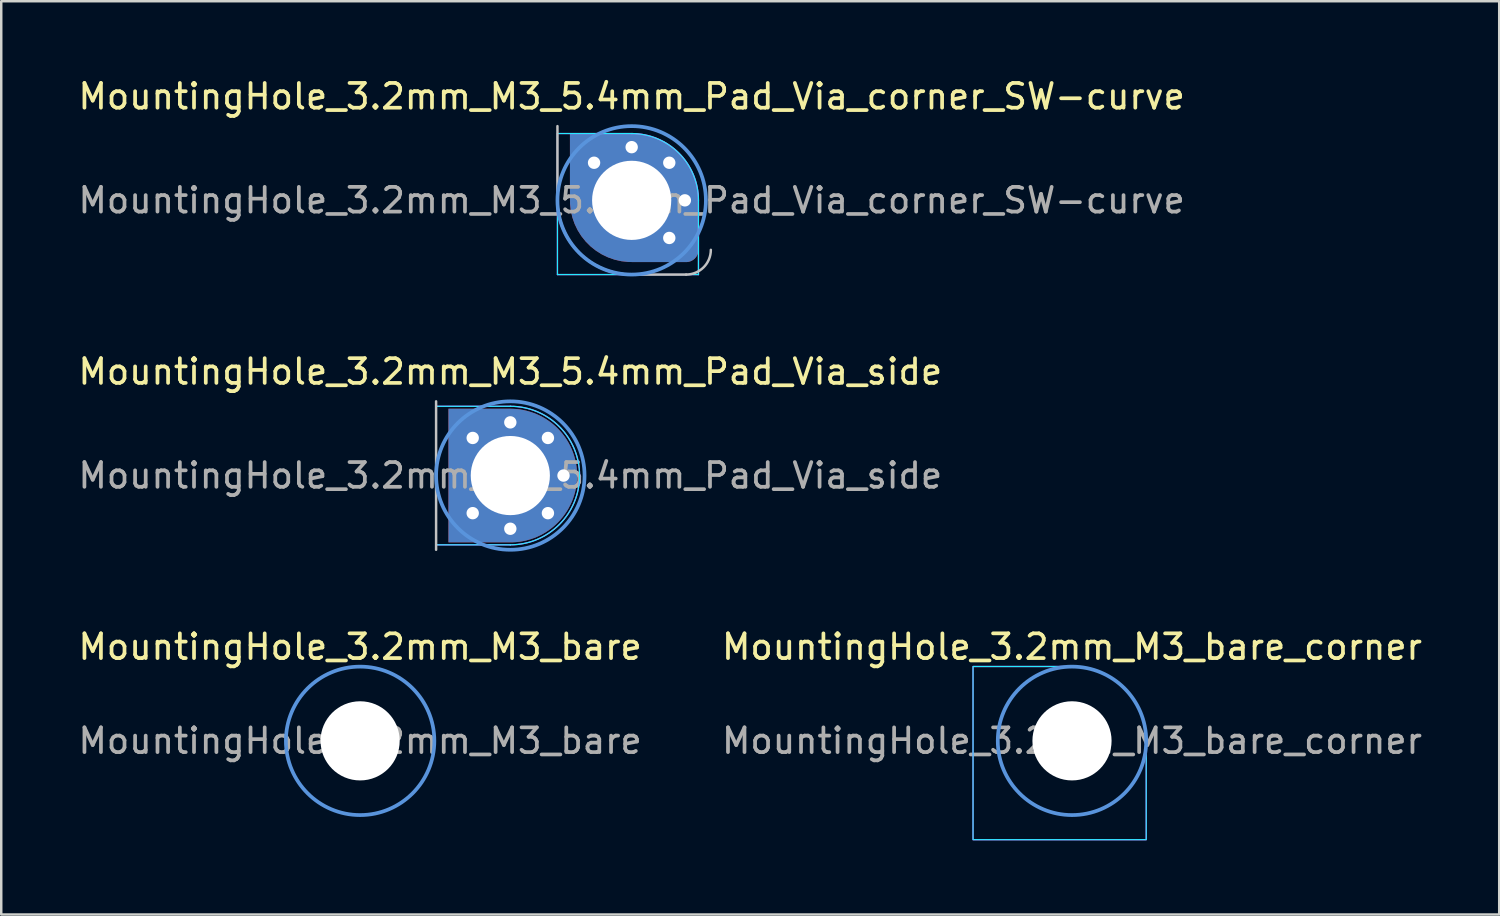
<source format=kicad_pcb>
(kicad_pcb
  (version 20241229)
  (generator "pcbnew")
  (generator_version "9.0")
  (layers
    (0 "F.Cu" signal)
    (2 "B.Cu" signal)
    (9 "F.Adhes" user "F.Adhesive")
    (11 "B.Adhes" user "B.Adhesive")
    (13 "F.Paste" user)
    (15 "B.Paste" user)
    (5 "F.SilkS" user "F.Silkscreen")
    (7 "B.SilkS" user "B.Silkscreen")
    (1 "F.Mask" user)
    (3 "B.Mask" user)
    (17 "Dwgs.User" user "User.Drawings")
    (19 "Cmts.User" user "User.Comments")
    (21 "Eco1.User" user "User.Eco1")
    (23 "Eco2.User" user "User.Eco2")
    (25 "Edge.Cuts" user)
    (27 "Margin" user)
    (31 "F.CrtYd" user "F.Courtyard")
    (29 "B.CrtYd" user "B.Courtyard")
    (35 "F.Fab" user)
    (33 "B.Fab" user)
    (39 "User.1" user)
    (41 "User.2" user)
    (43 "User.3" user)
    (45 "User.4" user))
  (footprint "MountingHole_3.2mm_M3_bare_corner"
    (layer "F.Cu")
    (at 40.28 26.895)
    (property "Reference" "MountingHole_3.2mm_M3_bare_corner" (at 0 -3.8 0) (layer "F.SilkS") (effects (font (size 1 1) (thickness 0.15))))
    (attr through_hole board_only exclude_from_pos_files exclude_from_bom)
    (fp_poly (pts (xy -4 -2.9) (xy 0 -2.9) (xy 0 0) (xy 2.9 0) (xy 2.9 4) (xy -4 4)) (stroke (width 0) (type solid)) (fill yes) (layer "F.Mask"))
    (fp_poly (pts (xy -4 -2.9) (xy 0 -2.9) (xy 0 0) (xy 2.9 0) (xy 2.9 4) (xy -4 4)) (stroke (width 0) (type solid)) (fill yes) (layer "B.Mask"))
    (fp_circle (center 0 0) (end 3 0) (stroke (width 0.15) (type solid)) (fill no) (layer "Cmts.User"))
    (fp_poly (pts (xy 0.005 -3) (xy 0.174 -3) (xy 0.521 -2.959) (xy 0.86 -2.879) (xy 1.188 -2.76) (xy 1.5 -2.603) (xy 1.791 -2.411) (xy 2.059 -2.187) (xy 2.298 -1.933) (xy 2.506 -1.654) (xy 2.681 -1.351) (xy 2.819 -1.031) (xy 2.919 -0.697) (xy 2.98 -0.353) (xy 3 -0.005) (xy 3 3.995) (xy -4 3.995) (xy -4 -3.005) (xy 0 -3.005)) (stroke (width 0.05) (type default)) (fill no) (layer "B.CrtYd"))
    (fp_poly (pts (xy 0.005 -3) (xy 0.174 -3) (xy 0.521 -2.959) (xy 0.86 -2.879) (xy 1.188 -2.76) (xy 1.5 -2.603) (xy 1.791 -2.411) (xy 2.059 -2.187) (xy 2.298 -1.933) (xy 2.506 -1.654) (xy 2.681 -1.351) (xy 2.819 -1.031) (xy 2.919 -0.697) (xy 2.98 -0.353) (xy 3 -0.005) (xy 3 3.995) (xy -4 3.995) (xy -4 -3.005) (xy 0 -3.005)) (stroke (width 0.05) (type default)) (fill no) (layer "F.CrtYd"))
    (fp_text user "${REFERENCE}" (at 0 0 0) (layer "F.Fab") (effects (font (size 1 1) (thickness 0.15))))
    (pad "" np_thru_hole circle (at 0 0) (size 3.2 3.2) (drill 3.2) (layers "*.Cu" "*.Mask"))
    (zone (net_name "") (layers "F.Cu" "B.Cu") (hatch edge 0.5) (connect_pads) (min_thickness 0.25) (filled_areas_thickness no) (keepout (tracks not_allowed) (vias not_allowed) (pads not_allowed) (copperpour not_allowed) (footprints not_allowed)) (placement (enabled no)) (fill) (polygon (pts (xy 40.28 23.395) (xy 40.646 23.414) (xy 41.007 23.471) (xy 41.361 23.566) (xy 41.703 23.697) (xy 42.03 23.864) (xy 42.337 24.063) (xy 42.622 24.294) (xy 42.881 24.553) (xy 43.111 24.838) (xy 43.311 25.145) (xy 43.477 25.471) (xy 43.608 25.813) (xy 43.703 26.167) (xy 43.761 26.529) (xy 43.78 26.895) (xy 43.78 30.795) (xy 36.38 30.795) (xy 36.38 23.395)))))
  (footprint "MountingHole_3.2mm_M3_5.4mm_Pad_Via_side"
    (layer "F.Cu")
    (at 17.577 16.172)
    (property "Reference" "MountingHole_3.2mm_M3_5.4mm_Pad_Via_side" (at 0 -4.2 0) (layer "F.SilkS") (effects (font (size 1 1) (thickness 0.15))))
    (attr through_hole board_only exclude_from_pos_files exclude_from_bom)
    (fp_rect (start -3 -2.7) (end 0 2.7) (stroke (width 0) (type default)) (fill yes) (layer "F.Mask"))
    (fp_rect (start -3 -2.7) (end 0 2.7) (stroke (width 0) (type default)) (fill yes) (layer "B.Mask"))
    (fp_line (start -3 -3) (end -3 3) (stroke (width 0.1) (type default)) (layer "Dwgs.User"))
    (fp_circle (center 0 0) (end 3 0) (stroke (width 0.15) (type solid)) (fill no) (layer "Cmts.User"))
    (fp_line (start -3 -2.8) (end 0 -2.8) (stroke (width 0.05) (type default)) (layer "B.CrtYd"))
    (fp_line (start -3 2.8) (end -3 -2.8) (stroke (width 0.05) (type default)) (layer "B.CrtYd"))
    (fp_line (start 0 2.8) (end -3 2.8) (stroke (width 0.05) (type default)) (layer "B.CrtYd"))
    (fp_arc (start 0 -2.8) (mid 2.8 0) (end 0 2.8) (stroke (width 0.05) (type default)) (layer "B.CrtYd"))
    (fp_line (start -3 -2.8) (end 0 -2.8) (stroke (width 0.05) (type default)) (layer "F.CrtYd"))
    (fp_line (start -3 2.8) (end -3 -2.8) (stroke (width 0.05) (type default)) (layer "F.CrtYd"))
    (fp_line (start 0 2.8) (end -3 2.8) (stroke (width 0.05) (type default)) (layer "F.CrtYd"))
    (fp_arc (start 0 -2.8) (mid 2.8 0) (end 0 2.8) (stroke (width 0.05) (type default)) (layer "F.CrtYd"))
    (fp_text user "${REFERENCE}" (at 0 0 0) (layer "F.Fab") (effects (font (size 1 1) (thickness 0.15))))
    (pad "1" thru_hole circle (at -1.52 -1.52) (size 0.6 0.6) (drill 0.5) (layers "*.Cu" "*.Mask"))
    (pad "1" thru_hole circle (at -1.52 1.52) (size 0.6 0.6) (drill 0.5) (layers "*.Cu" "*.Mask"))
    (pad "1" thru_hole circle (at 0 -2.15) (size 0.6 0.6) (drill 0.5) (layers "*.Cu" "*.Mask"))
    (pad "1" thru_hole custom (at 0 0) (size 5 5.8) (drill 3.2) (layers "*.Cu" "*.Mask") (options (anchor circle)) (primitives (gr_poly (pts (xy -2.5 2.7) (xy -2.5 -2.7) (arc (start 0 -2.7) (mid 2.7 0) (end 0 2.7))) (width 0) (fill yes))))
    (pad "1" thru_hole circle (at 0 2.15) (size 0.6 0.6) (drill 0.5) (layers "*.Cu" "*.Mask"))
    (pad "1" thru_hole circle (at 1.52 -1.52) (size 0.6 0.6) (drill 0.5) (layers "*.Cu" "*.Mask"))
    (pad "1" thru_hole circle (at 1.52 1.52) (size 0.6 0.6) (drill 0.5) (layers "*.Cu" "*.Mask"))
    (pad "1" thru_hole circle (at 2.15 0) (size 0.6 0.6) (drill 0.5) (layers "*.Cu" "*.Mask")))
  (footprint "MountingHole_3.2mm_M3_5.4mm_Pad_Via_corner_SW-curve"
    (layer "F.Cu")
    (at 22.482 5.048)
    (property "Reference" "MountingHole_3.2mm_M3_5.4mm_Pad_Via_corner_SW-curve" (at 0 -4.2 0) (layer "F.SilkS") (effects (font (size 1 1) (thickness 0.15))))
    (attr through_hole board_only exclude_from_pos_files exclude_from_bom)
    (fp_poly (pts (xy -3 -2.7) (xy -0.005 -2.705) (xy 0 0) (xy 2.7 0) (xy 2.7 3) (xy -3 3)) (stroke (width 0) (type solid)) (fill yes) (layer "F.Mask"))
    (fp_poly (pts (xy -3 -2.7) (xy -0.005 -2.705) (xy 0 0) (xy 2.7 0) (xy 2.7 3) (xy -3 3)) (stroke (width 0) (type solid)) (fill yes) (layer "B.Mask"))
    (fp_line (start -3 0) (end -3 -3) (stroke (width 0.1) (type default)) (layer "Dwgs.User"))
    (fp_line (start -0.000002 3) (end 2.2 3) (stroke (width 0.1) (type default)) (layer "Dwgs.User"))
    (fp_arc (start -0.000002 3) (mid -2.121322 2.12132) (end -3.000002 0) (stroke (width 0.1) (type default)) (layer "Dwgs.User"))
    (fp_arc (start 3.199997 2) (mid 2.907104 2.707107) (end 2.199997 3) (stroke (width 0.1) (type default)) (layer "Dwgs.User"))
    (fp_circle (center 0 0) (end 3 0) (stroke (width 0.15) (type solid)) (fill no) (layer "Cmts.User"))
    (fp_line (start -3 -2.7) (end -3 3) (stroke (width 0.05) (type default)) (layer "B.CrtYd"))
    (fp_line (start -3 3) (end 2.7 3) (stroke (width 0.05) (type default)) (layer "B.CrtYd"))
    (fp_line (start 0 -2.7) (end -3 -2.7) (stroke (width 0.05) (type default)) (layer "B.CrtYd"))
    (fp_line (start 2.7 3) (end 2.7 0.005) (stroke (width 0.05) (type default)) (layer "B.CrtYd"))
    (fp_arc (start 0 -2.7) (mid 1.910982 -1.907393) (end 2.699995 0.005076) (stroke (width 0.05) (type default)) (layer "B.CrtYd"))
    (fp_line (start -3 -2.7) (end -3 3) (stroke (width 0.05) (type default)) (layer "F.CrtYd"))
    (fp_line (start -3 3) (end 2.7 3) (stroke (width 0.05) (type default)) (layer "F.CrtYd"))
    (fp_line (start 0 -2.7) (end -3 -2.7) (stroke (width 0.05) (type default)) (layer "F.CrtYd"))
    (fp_line (start 2.7 3) (end 2.7 0.005) (stroke (width 0.05) (type default)) (layer "F.CrtYd"))
    (fp_arc (start 0 -2.7) (mid 1.910982 -1.907393) (end 2.699995 0.005076) (stroke (width 0.05) (type default)) (layer "F.CrtYd"))
    (fp_text user "${REFERENCE}" (at 0 0 0) (layer "F.Fab") (effects (font (size 1 1) (thickness 0.15))))
    (pad "1" thru_hole circle (at -1.52 -1.52) (size 0.6 0.6) (drill 0.5) (layers "*.Cu" "*.Mask"))
    (pad "1" thru_hole circle (at 0 -2.15) (size 0.6 0.6) (drill 0.5) (layers "*.Cu" "*.Mask"))
    (pad "1" thru_hole custom (at 0 0 270) (size 4.99 5) (drill 3.2) (layers "*.Cu" "*.Mask") (options (anchor circle)) (primitives (gr_poly (pts (arc (start 1.995 -2.7) (mid 2.348553 -2.553553) (end 2.495 -2.2)) (xy 2.495 0) (xy 0 2.495) (xy -2.7 2.495) (xy -2.7 0) (xy -2.698 -0.163) (xy -2.658 -0.487) (xy -2.58 -0.804) (xy -2.464 -1.109) (xy -2.313 -1.398) (xy -2.127 -1.667) (xy -1.911 -1.911) (xy -1.667 -2.127) (xy -1.398 -2.313) (xy -1.109 -2.464) (xy -0.804 -2.58) (xy -0.487 -2.658) (xy -0.163 -2.698) (xy 0 -2.7)) (width 0) (fill yes))))
    (pad "1" thru_hole circle (at 1.52 -1.52) (size 0.6 0.6) (drill 0.5) (layers "*.Cu" "*.Mask"))
    (pad "1" thru_hole circle (at 1.52 1.52) (size 0.6 0.6) (drill 0.5) (layers "*.Cu" "*.Mask"))
    (pad "1" thru_hole circle (at 2.15 0) (size 0.6 0.6) (drill 0.5) (layers "*.Cu" "*.Mask")))
  (footprint "MountingHole_3.2mm_M3_bare"
    (layer "F.Cu")
    (at 11.506 26.895)
    (property "Reference" "MountingHole_3.2mm_M3_bare" (at 0 -3.8 0) (layer "F.SilkS") (effects (font (size 1 1) (thickness 0.15))))
    (attr through_hole board_only exclude_from_pos_files exclude_from_bom)
    (fp_circle (center 0 0) (end 3 0) (stroke (width 0.15) (type solid)) (fill no) (layer "Cmts.User"))
    (fp_circle (center 0 0) (end 3 0) (stroke (width 0.05) (type solid)) (fill no) (layer "F.CrtYd"))
    (fp_text user "${REFERENCE}" (at 0 0 0) (layer "F.Fab") (effects (font (size 1 1) (thickness 0.15))))
    (pad "" np_thru_hole circle (at 0 0) (size 3.2 3.2) (drill 3.2) (layers "*.Cu" "*.Mask"))
    (zone (net_name "") (layers "F.Cu" "B.Cu") (hatch edge 0.5) (connect_pads) (min_thickness 0.25) (filled_areas_thickness no) (keepout (tracks not_allowed) (vias not_allowed) (pads not_allowed) (copperpour not_allowed) (footprints not_allowed)) (placement (enabled no)) (fill) (polygon (pts (xy 15.006 26.895) (xy 14.987 26.529) (xy 14.929 26.167) (xy 14.835 25.813) (xy 14.703 25.471) (xy 14.537 25.145) (xy 14.338 24.838) (xy 14.107 24.553) (xy 13.848 24.294) (xy 13.563 24.063) (xy 13.256 23.864) (xy 12.93 23.697) (xy 12.588 23.566) (xy 12.234 23.471) (xy 11.872 23.414) (xy 11.506 23.395) (xy 11.14 23.414) (xy 10.778 23.471) (xy 10.424 23.566) (xy 10.082 23.697) (xy 9.756 23.864) (xy 9.449 24.063) (xy 9.164 24.294) (xy 8.905 24.553) (xy 8.674 24.838) (xy 8.475 25.145) (xy 8.309 25.471) (xy 8.177 25.813) (xy 8.082 26.167) (xy 8.025 26.529) (xy 8.006 26.895) (xy 8.025 27.261) (xy 8.082 27.622) (xy 8.177 27.976) (xy 8.309 28.318) (xy 8.475 28.645) (xy 8.674 28.952) (xy 8.905 29.237) (xy 9.164 29.496) (xy 9.449 29.726) (xy 9.756 29.926) (xy 10.082 30.092) (xy 10.424 30.223) (xy 10.778 30.318) (xy 11.14 30.376) (xy 11.506 30.395) (xy 11.872 30.376) (xy 12.234 30.318) (xy 12.588 30.223) (xy 12.93 30.092) (xy 13.256 29.926) (xy 13.563 29.726) (xy 13.848 29.496) (xy 14.107 29.237) (xy 14.338 28.952) (xy 14.537 28.645) (xy 14.703 28.318) (xy 14.835 27.976) (xy 14.929 27.622) (xy 14.987 27.261)))))
  (gr_rect
    (start -3 -3)
    (end 57.548 33.915)
    (stroke (width 0.1) (type default))
    (fill no)
    (layer "Edge.Cuts")))
</source>
